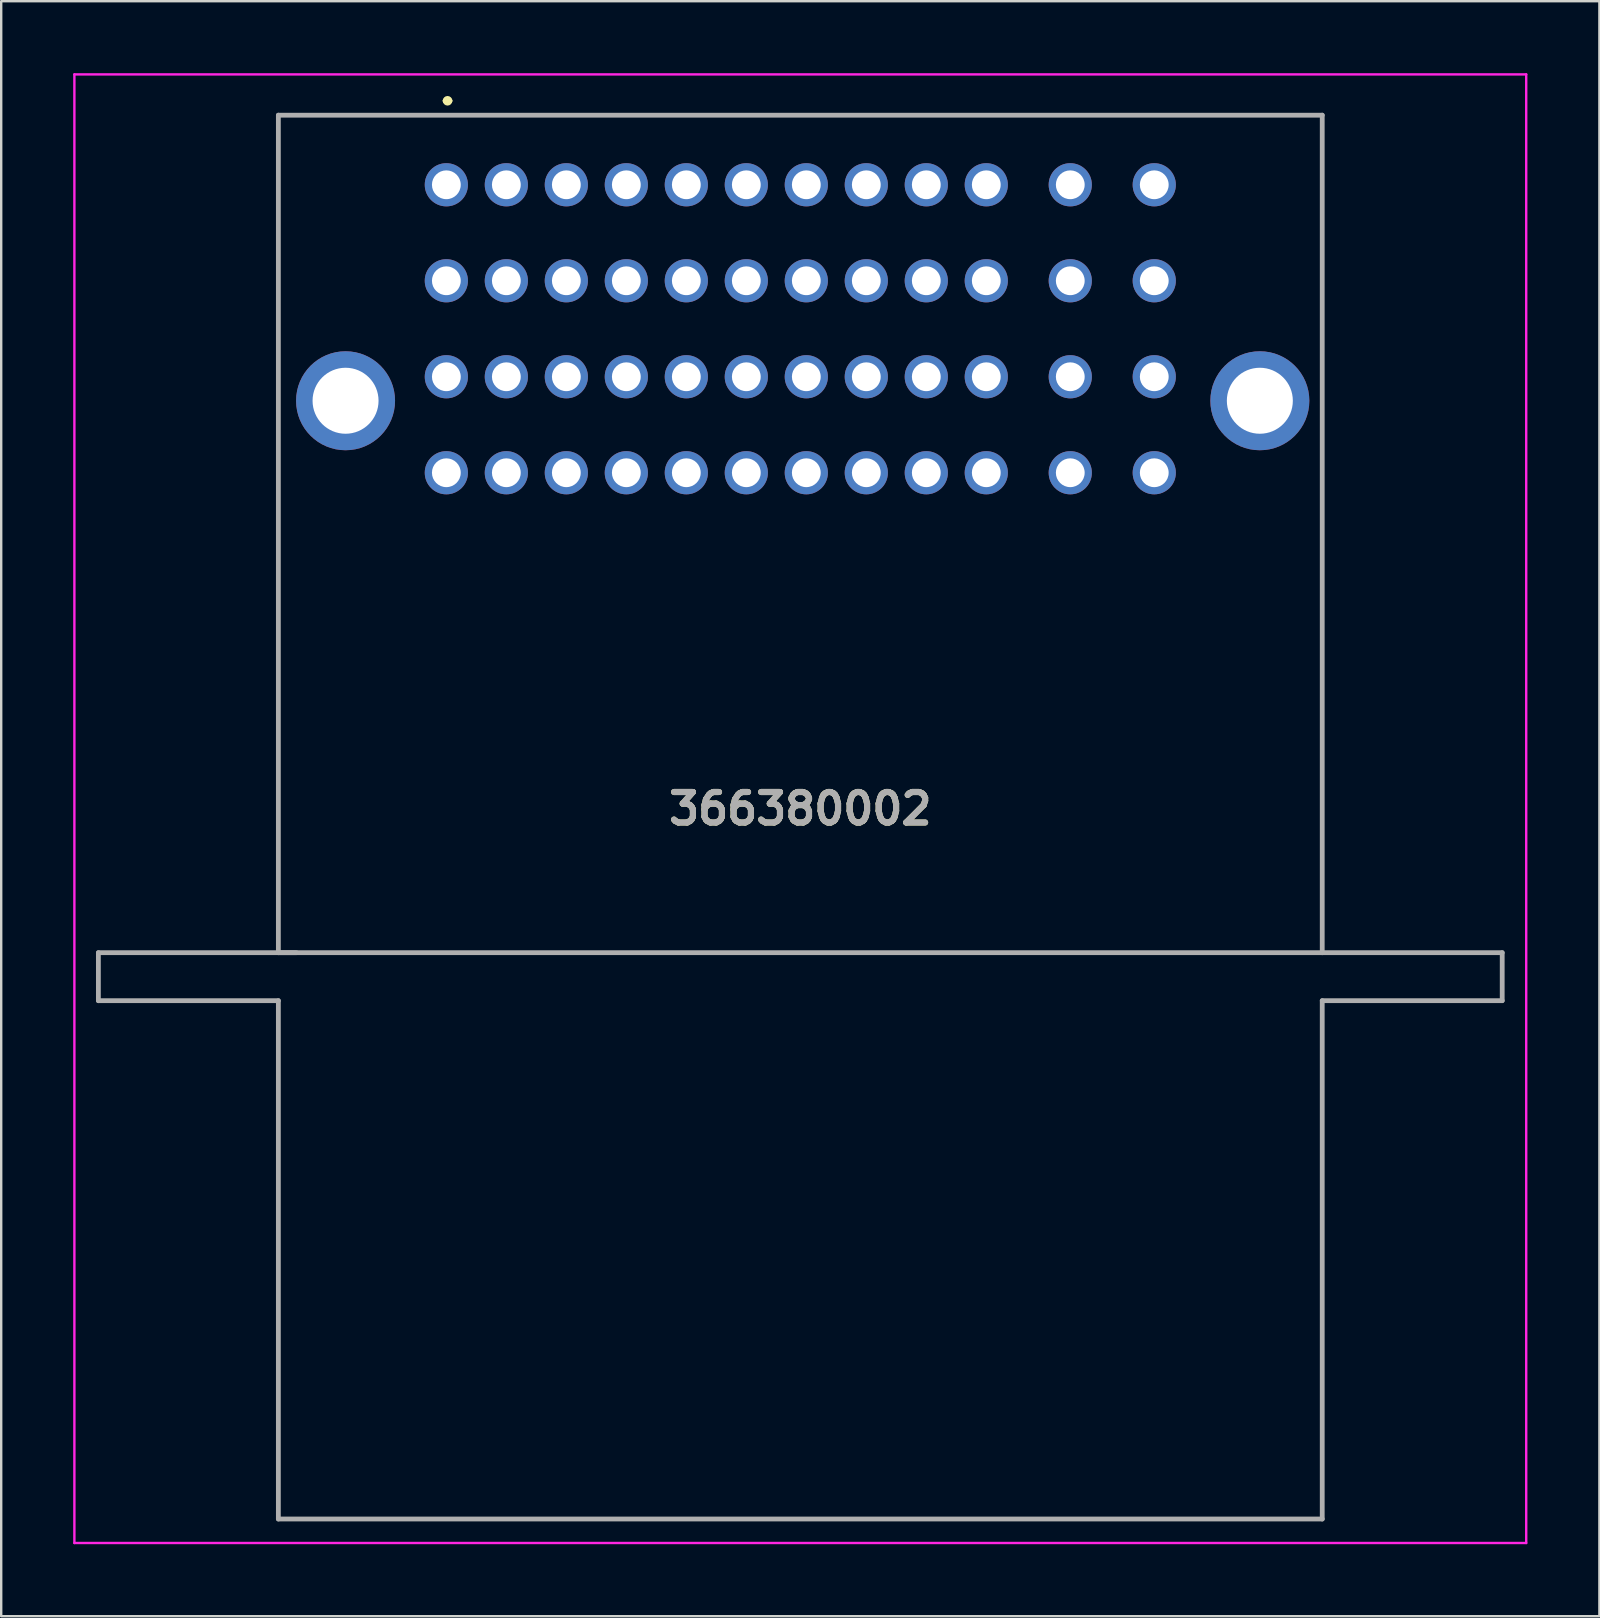
<source format=kicad_pcb>
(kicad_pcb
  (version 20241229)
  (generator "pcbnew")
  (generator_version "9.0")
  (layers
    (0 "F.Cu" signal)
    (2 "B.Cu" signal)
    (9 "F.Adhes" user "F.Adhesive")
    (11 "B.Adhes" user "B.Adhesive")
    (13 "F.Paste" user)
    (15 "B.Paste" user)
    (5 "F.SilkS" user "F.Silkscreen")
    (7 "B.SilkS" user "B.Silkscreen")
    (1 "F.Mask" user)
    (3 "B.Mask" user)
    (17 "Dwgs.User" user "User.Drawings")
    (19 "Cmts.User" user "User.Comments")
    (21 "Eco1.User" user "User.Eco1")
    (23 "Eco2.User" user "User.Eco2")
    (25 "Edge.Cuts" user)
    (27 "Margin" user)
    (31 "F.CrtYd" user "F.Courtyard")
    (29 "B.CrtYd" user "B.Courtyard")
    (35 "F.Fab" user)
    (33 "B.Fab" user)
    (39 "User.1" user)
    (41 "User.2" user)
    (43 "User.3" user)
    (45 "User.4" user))
  (footprint "366380002"
    (layer "F.Cu")
    (at 30.3 30.65)
    (property "Reference" "366380002" (at 0 0 0) (layer "F.SilkS") (effects (font (size 1.27 1.27) (thickness 0.254))))
    (attr through_hole)
    (fp_line (start -29.25 6) (end -29.25 8) (stroke (width 0.1) (type solid)) (layer "F.SilkS"))
    (fp_line (start -29.25 8) (end -21.75 8) (stroke (width 0.1) (type solid)) (layer "F.SilkS"))
    (fp_line (start -21.75 -28.9) (end 21.75 -28.9) (stroke (width 0.1) (type solid)) (layer "F.SilkS"))
    (fp_line (start -21.75 6) (end -21.75 -28.9) (stroke (width 0.1) (type solid)) (layer "F.SilkS"))
    (fp_line (start -21.75 8) (end -21.75 29.6) (stroke (width 0.1) (type solid)) (layer "F.SilkS"))
    (fp_line (start -21.75 29.6) (end 21.75 29.6) (stroke (width 0.1) (type solid)) (layer "F.SilkS"))
    (fp_line (start -21 6) (end -29.25 6) (stroke (width 0.1) (type solid)) (layer "F.SilkS"))
    (fp_line (start -14.8 -29.5) (end -14.8 -29.5) (stroke (width 0.2) (type solid)) (layer "F.SilkS"))
    (fp_line (start -14.6 -29.5) (end -14.6 -29.5) (stroke (width 0.2) (type solid)) (layer "F.SilkS"))
    (fp_line (start 21.75 -28.9) (end 21.75 6) (stroke (width 0.1) (type solid)) (layer "F.SilkS"))
    (fp_line (start 21.75 6) (end -21.75 6) (stroke (width 0.1) (type solid)) (layer "F.SilkS"))
    (fp_line (start 21.75 8) (end 29.25 8) (stroke (width 0.1) (type solid)) (layer "F.SilkS"))
    (fp_line (start 21.75 29.6) (end 21.75 8) (stroke (width 0.1) (type solid)) (layer "F.SilkS"))
    (fp_line (start 29.25 6) (end 21.75 6) (stroke (width 0.1) (type solid)) (layer "F.SilkS"))
    (fp_line (start 29.25 8) (end 29.25 6) (stroke (width 0.1) (type solid)) (layer "F.SilkS"))
    (fp_arc (start -14.8 -29.5) (mid -14.7 -29.6) (end -14.6 -29.5) (stroke (width 0.2) (type solid)) (layer "F.SilkS"))
    (fp_arc (start -14.6 -29.5) (mid -14.7 -29.4) (end -14.8 -29.5) (stroke (width 0.2) (type solid)) (layer "F.SilkS"))
    (fp_line (start -30.25 -30.6) (end 30.25 -30.6) (stroke (width 0.1) (type solid)) (layer "F.CrtYd"))
    (fp_line (start -30.25 30.6) (end -30.25 -30.6) (stroke (width 0.1) (type solid)) (layer "F.CrtYd"))
    (fp_line (start 30.25 -30.6) (end 30.25 30.6) (stroke (width 0.1) (type solid)) (layer "F.CrtYd"))
    (fp_line (start 30.25 30.6) (end -30.25 30.6) (stroke (width 0.1) (type solid)) (layer "F.CrtYd"))
    (fp_line (start -29.25 6) (end -29.25 8) (stroke (width 0.2) (type solid)) (layer "F.Fab"))
    (fp_line (start -29.25 8) (end -21.75 8) (stroke (width 0.2) (type solid)) (layer "F.Fab"))
    (fp_line (start -21.75 -28.9) (end 21.75 -28.9) (stroke (width 0.2) (type solid)) (layer "F.Fab"))
    (fp_line (start -21.75 6) (end -21.75 -28.9) (stroke (width 0.2) (type solid)) (layer "F.Fab"))
    (fp_line (start -21.75 8) (end -21.75 29.6) (stroke (width 0.2) (type solid)) (layer "F.Fab"))
    (fp_line (start -21.75 29.6) (end 21.75 29.6) (stroke (width 0.2) (type solid)) (layer "F.Fab"))
    (fp_line (start -21 6) (end -29.25 6) (stroke (width 0.2) (type solid)) (layer "F.Fab"))
    (fp_line (start 21.75 -28.9) (end 21.75 6) (stroke (width 0.2) (type solid)) (layer "F.Fab"))
    (fp_line (start 21.75 6) (end -21.75 6) (stroke (width 0.2) (type solid)) (layer "F.Fab"))
    (fp_line (start 21.75 6) (end 29.25 6) (stroke (width 0.2) (type solid)) (layer "F.Fab"))
    (fp_line (start 21.75 8) (end 29.25 8) (stroke (width 0.2) (type solid)) (layer "F.Fab"))
    (fp_line (start 21.75 29.6) (end 21.75 8) (stroke (width 0.2) (type solid)) (layer "F.Fab"))
    (fp_line (start 29.25 6) (end 29.25 8) (stroke (width 0.2) (type solid)) (layer "F.Fab"))
    (fp_text user "${REFERENCE}" (at 0 0 0) (layer "F.Fab") (effects (font (size 1.27 1.27) (thickness 0.254))))
    (pad "A1" thru_hole circle (at -14.75 -26) (size 1.8 1.8) (drill 1.2) (layers "*.Cu" "*.Mask"))
    (pad "A2" thru_hole circle (at -14.75 -22) (size 1.8 1.8) (drill 1.2) (layers "*.Cu" "*.Mask"))
    (pad "A3" thru_hole circle (at -14.75 -18) (size 1.8 1.8) (drill 1.2) (layers "*.Cu" "*.Mask"))
    (pad "A4" thru_hole circle (at -14.75 -14) (size 1.8 1.8) (drill 1.2) (layers "*.Cu" "*.Mask"))
    (pad "B1" thru_hole circle (at -12.25 -26) (size 1.8 1.8) (drill 1.2) (layers "*.Cu" "*.Mask"))
    (pad "B2" thru_hole circle (at -12.25 -22) (size 1.8 1.8) (drill 1.2) (layers "*.Cu" "*.Mask"))
    (pad "B3" thru_hole circle (at -12.25 -18) (size 1.8 1.8) (drill 1.2) (layers "*.Cu" "*.Mask"))
    (pad "B4" thru_hole circle (at -12.25 -14) (size 1.8 1.8) (drill 1.2) (layers "*.Cu" "*.Mask"))
    (pad "C1" thru_hole circle (at -9.75 -26) (size 1.8 1.8) (drill 1.2) (layers "*.Cu" "*.Mask"))
    (pad "C2" thru_hole circle (at -9.75 -22) (size 1.8 1.8) (drill 1.2) (layers "*.Cu" "*.Mask"))
    (pad "C3" thru_hole circle (at -9.75 -18) (size 1.8 1.8) (drill 1.2) (layers "*.Cu" "*.Mask"))
    (pad "C4" thru_hole circle (at -9.75 -14) (size 1.8 1.8) (drill 1.2) (layers "*.Cu" "*.Mask"))
    (pad "D1" thru_hole circle (at -7.25 -26) (size 1.8 1.8) (drill 1.2) (layers "*.Cu" "*.Mask"))
    (pad "D2" thru_hole circle (at -7.25 -22) (size 1.8 1.8) (drill 1.2) (layers "*.Cu" "*.Mask"))
    (pad "D3" thru_hole circle (at -7.25 -18) (size 1.8 1.8) (drill 1.2) (layers "*.Cu" "*.Mask"))
    (pad "D4" thru_hole circle (at -7.25 -14) (size 1.8 1.8) (drill 1.2) (layers "*.Cu" "*.Mask"))
    (pad "E1" thru_hole circle (at -4.75 -26) (size 1.8 1.8) (drill 1.2) (layers "*.Cu" "*.Mask"))
    (pad "E2" thru_hole circle (at -4.75 -22) (size 1.8 1.8) (drill 1.2) (layers "*.Cu" "*.Mask"))
    (pad "E3" thru_hole circle (at -4.75 -18) (size 1.8 1.8) (drill 1.2) (layers "*.Cu" "*.Mask"))
    (pad "E4" thru_hole circle (at -4.75 -14) (size 1.8 1.8) (drill 1.2) (layers "*.Cu" "*.Mask"))
    (pad "F1" thru_hole circle (at -2.25 -26) (size 1.8 1.8) (drill 1.2) (layers "*.Cu" "*.Mask"))
    (pad "F2" thru_hole circle (at -2.25 -22) (size 1.8 1.8) (drill 1.2) (layers "*.Cu" "*.Mask"))
    (pad "F3" thru_hole circle (at -2.25 -18) (size 1.8 1.8) (drill 1.2) (layers "*.Cu" "*.Mask"))
    (pad "F4" thru_hole circle (at -2.25 -14) (size 1.8 1.8) (drill 1.2) (layers "*.Cu" "*.Mask"))
    (pad "G1" thru_hole circle (at 0.25 -26) (size 1.8 1.8) (drill 1.2) (layers "*.Cu" "*.Mask"))
    (pad "G2" thru_hole circle (at 0.25 -22) (size 1.8 1.8) (drill 1.2) (layers "*.Cu" "*.Mask"))
    (pad "G3" thru_hole circle (at 0.25 -18) (size 1.8 1.8) (drill 1.2) (layers "*.Cu" "*.Mask"))
    (pad "G4" thru_hole circle (at 0.25 -14) (size 1.8 1.8) (drill 1.2) (layers "*.Cu" "*.Mask"))
    (pad "H1" thru_hole circle (at 2.75 -26) (size 1.8 1.8) (drill 1.2) (layers "*.Cu" "*.Mask"))
    (pad "H2" thru_hole circle (at 2.75 -22) (size 1.8 1.8) (drill 1.2) (layers "*.Cu" "*.Mask"))
    (pad "H3" thru_hole circle (at 2.75 -18) (size 1.8 1.8) (drill 1.2) (layers "*.Cu" "*.Mask"))
    (pad "H4" thru_hole circle (at 2.75 -14) (size 1.8 1.8) (drill 1.2) (layers "*.Cu" "*.Mask"))
    (pad "J1" thru_hole circle (at 5.25 -26) (size 1.8 1.8) (drill 1.2) (layers "*.Cu" "*.Mask"))
    (pad "J2" thru_hole circle (at 5.25 -22) (size 1.8 1.8) (drill 1.2) (layers "*.Cu" "*.Mask"))
    (pad "J3" thru_hole circle (at 5.25 -18) (size 1.8 1.8) (drill 1.2) (layers "*.Cu" "*.Mask"))
    (pad "J4" thru_hole circle (at 5.25 -14) (size 1.8 1.8) (drill 1.2) (layers "*.Cu" "*.Mask"))
    (pad "K1" thru_hole circle (at 7.75 -26) (size 1.8 1.8) (drill 1.2) (layers "*.Cu" "*.Mask"))
    (pad "K2" thru_hole circle (at 7.75 -22) (size 1.8 1.8) (drill 1.2) (layers "*.Cu" "*.Mask"))
    (pad "K3" thru_hole circle (at 7.75 -18) (size 1.8 1.8) (drill 1.2) (layers "*.Cu" "*.Mask"))
    (pad "K4" thru_hole circle (at 7.75 -14) (size 1.8 1.8) (drill 1.2) (layers "*.Cu" "*.Mask"))
    (pad "L1" thru_hole circle (at 11.25 -26) (size 1.8 1.8) (drill 1.2) (layers "*.Cu" "*.Mask"))
    (pad "L2" thru_hole circle (at 11.25 -22) (size 1.8 1.8) (drill 1.2) (layers "*.Cu" "*.Mask"))
    (pad "L3" thru_hole circle (at 11.25 -18) (size 1.8 1.8) (drill 1.2) (layers "*.Cu" "*.Mask"))
    (pad "L4" thru_hole circle (at 11.25 -14) (size 1.8 1.8) (drill 1.2) (layers "*.Cu" "*.Mask"))
    (pad "M1" thru_hole circle (at 14.75 -26) (size 1.8 1.8) (drill 1.2) (layers "*.Cu" "*.Mask"))
    (pad "M2" thru_hole circle (at 14.75 -22) (size 1.8 1.8) (drill 1.2) (layers "*.Cu" "*.Mask"))
    (pad "M3" thru_hole circle (at 14.75 -18) (size 1.8 1.8) (drill 1.2) (layers "*.Cu" "*.Mask"))
    (pad "M4" thru_hole circle (at 14.75 -14) (size 1.8 1.8) (drill 1.2) (layers "*.Cu" "*.Mask"))
    (pad "MH1" thru_hole circle (at -18.95 -17) (size 4.125 4.125) (drill 2.75) (layers "*.Cu" "*.Mask"))
    (pad "MH2" thru_hole circle (at 19.15 -17) (size 4.125 4.125) (drill 2.75) (layers "*.Cu" "*.Mask")))
  (gr_rect
    (start -3 -3)
    (end 63.6 64.3)
    (stroke (width 0.1) (type default))
    (fill no)
    (layer "Edge.Cuts")))
</source>
